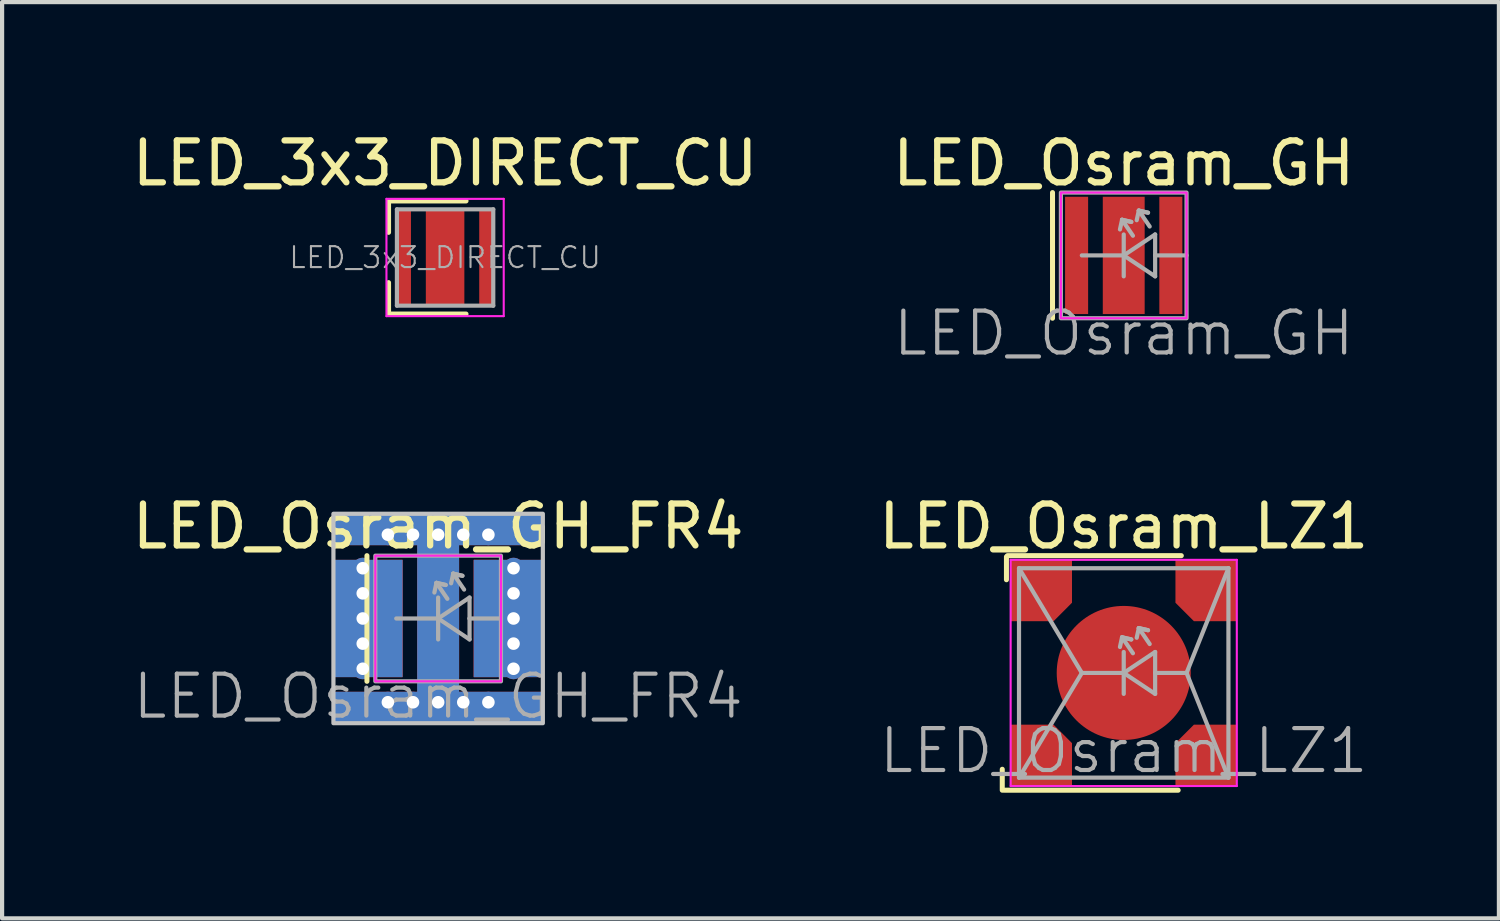
<source format=kicad_pcb>
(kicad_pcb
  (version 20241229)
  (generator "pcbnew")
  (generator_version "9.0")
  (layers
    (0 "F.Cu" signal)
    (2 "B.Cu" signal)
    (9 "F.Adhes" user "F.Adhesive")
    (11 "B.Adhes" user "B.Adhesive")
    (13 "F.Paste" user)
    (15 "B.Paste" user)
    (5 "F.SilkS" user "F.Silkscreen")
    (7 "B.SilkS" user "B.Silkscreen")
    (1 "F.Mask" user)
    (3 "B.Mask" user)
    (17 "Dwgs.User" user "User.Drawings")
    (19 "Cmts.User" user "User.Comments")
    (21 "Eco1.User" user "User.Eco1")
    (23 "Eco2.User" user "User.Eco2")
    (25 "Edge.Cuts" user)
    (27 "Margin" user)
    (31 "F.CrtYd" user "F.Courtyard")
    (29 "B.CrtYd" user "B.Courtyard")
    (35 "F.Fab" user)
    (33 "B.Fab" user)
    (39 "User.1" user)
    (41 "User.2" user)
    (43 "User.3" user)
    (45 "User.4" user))
  (footprint "LED_3x3_DIRECT_CU"
    (layer "F.Cu")
    (at 7.577 3.098)
    (property "Reference" "LED_3x3_DIRECT_CU" (at 0 -2.25 0) (layer "F.SilkS") (effects (font (size 1 1) (thickness 0.15))))
    (attr smd)
    (fp_line (start -1.35 -1.35) (end -1.35 -0.6) (stroke (width 0.12) (type solid)) (layer "F.SilkS"))
    (fp_line (start -1.35 1.35) (end -1.35 0.6) (stroke (width 0.12) (type solid)) (layer "F.SilkS"))
    (fp_line (start 0.5 -1.35) (end -1.35 -1.35) (stroke (width 0.12) (type solid)) (layer "F.SilkS"))
    (fp_line (start 0.5 1.35) (end -1.35 1.35) (stroke (width 0.12) (type solid)) (layer "F.SilkS"))
    (fp_line (start -1.4 -1.4) (end 1.4 -1.4) (stroke (width 0.05) (type solid)) (layer "F.CrtYd"))
    (fp_line (start -1.4 1.4) (end -1.4 -1.4) (stroke (width 0.05) (type solid)) (layer "F.CrtYd"))
    (fp_line (start 1.4 -1.4) (end 1.4 1.4) (stroke (width 0.05) (type solid)) (layer "F.CrtYd"))
    (fp_line (start 1.4 1.4) (end -1.4 1.4) (stroke (width 0.05) (type solid)) (layer "F.CrtYd"))
    (fp_line (start -1.15 -1.15) (end 1.15 -1.15) (stroke (width 0.1) (type solid)) (layer "F.Fab"))
    (fp_line (start -1.15 1.15) (end -1.15 -1.15) (stroke (width 0.1) (type solid)) (layer "F.Fab"))
    (fp_line (start 1.15 -1.15) (end 1.15 1.15) (stroke (width 0.1) (type solid)) (layer "F.Fab"))
    (fp_line (start 1.15 1.15) (end -1.15 1.15) (stroke (width 0.1) (type solid)) (layer "F.Fab"))
    (fp_text user "${REFERENCE}" (at 0 0 0) (layer "F.Fab") (effects (font (size 0.5 0.5) (thickness 0.05))))
    (pad "" smd rect (at 0 -0.55) (size 0.85 0.85) (layers "F.Paste"))
    (pad "" smd rect (at 0 0) (size 0.92 2.29) (property pad_prop_heatsink) (layers "Eco1.User"))
    (pad "" smd rect (at 0 0.55) (size 0.85 0.85) (layers "F.Paste"))
    (pad "1" smd rect (at -0.98 0) (size 0.33 2.29) (layers "F.Cu" "F.Mask" "F.Paste"))
    (pad "2" smd rect (at 0.98 0) (size 0.33 2.29) (layers "F.Cu" "F.Mask" "F.Paste"))
    (pad "3" smd rect (at 0 0) (size 0.92 2.29) (layers "F.Cu" "F.Mask")))
  (footprint "LED_Osram_GH"
    (layer "F.Cu")
    (at 23.78 3.048)
    (property "Reference" "LED_Osram_GH" (at 0 -2.2 0) (layer "F.SilkS") (effects (font (size 1 1) (thickness 0.15))))
    (attr smd)
    (fp_line (start -1.7 -1.5) (end -1.7 1.5) (stroke (width 0.12) (type solid)) (layer "F.SilkS"))
    (fp_rect (start -1.5 -1.5) (end 1.5 1.5) (stroke (width 0.05) (type default)) (fill no) (layer "F.CrtYd"))
    (fp_line (start -1 0) (end 0 0) (stroke (width 0.1) (type solid)) (layer "F.Fab"))
    (fp_line (start -0.04 -0.85) (end -0.09 -0.62) (stroke (width 0.1) (type default)) (layer "F.Fab"))
    (fp_line (start -0.04 -0.85) (end 0.18 -0.8) (stroke (width 0.1) (type default)) (layer "F.Fab"))
    (fp_line (start 0 -0.5) (end 0 0.5) (stroke (width 0.1) (type solid)) (layer "F.Fab"))
    (fp_line (start 0 0) (end 0.75 0.5) (stroke (width 0.1) (type solid)) (layer "F.Fab"))
    (fp_line (start 0.18 -0.8) (end -0.04 -0.85) (stroke (width 0.1) (type default)) (layer "F.Fab"))
    (fp_line (start 0.22 -0.47) (end -0.04 -0.85) (stroke (width 0.1) (type default)) (layer "F.Fab"))
    (fp_line (start 0.36 -1.07) (end 0.31 -0.84) (stroke (width 0.1) (type default)) (layer "F.Fab"))
    (fp_line (start 0.36 -1.07) (end 0.58 -1.02) (stroke (width 0.1) (type default)) (layer "F.Fab"))
    (fp_line (start 0.58 -1.02) (end 0.36 -1.07) (stroke (width 0.1) (type default)) (layer "F.Fab"))
    (fp_line (start 0.62 -0.69) (end 0.36 -1.07) (stroke (width 0.1) (type default)) (layer "F.Fab"))
    (fp_line (start 0.75 -0.5) (end 0 0) (stroke (width 0.1) (type solid)) (layer "F.Fab"))
    (fp_line (start 0.75 0) (end 0.75 -0.5) (stroke (width 0.1) (type solid)) (layer "F.Fab"))
    (fp_line (start 0.75 0.5) (end 0.75 0) (stroke (width 0.1) (type solid)) (layer "F.Fab"))
    (fp_line (start 1.5 0) (end 0.75 0) (stroke (width 0.1) (type solid)) (layer "F.Fab"))
    (fp_rect (start -1.5 -1.5) (end 1.5 1.5) (stroke (width 0.1) (type default)) (fill no) (layer "F.Fab"))
    (fp_text user "${REFERENCE}" (at 0 1.86 0) (layer "F.Fab") (effects (font (size 1 1) (thickness 0.1))))
    (pad "" smd rect (at -1.1 0) (size 0.4 2.6) (layers "F.Paste"))
    (pad "" smd rect (at 0 -0.725) (size 0.9 1.15) (layers "F.Paste"))
    (pad "" smd rect (at 0 0.725) (size 0.9 1.15) (layers "F.Paste"))
    (pad "" smd rect (at 1.1 0) (size 0.4 2.6) (layers "F.Paste"))
    (pad "1" smd rect (at -1.125 0) (size 0.55 2.8) (layers "F.Cu" "F.Mask"))
    (pad "2" smd rect (at 1.125 0) (size 0.55 2.8) (layers "F.Cu" "F.Mask"))
    (pad "3" smd rect (at 0 0) (size 1 2.8) (layers "F.Cu" "F.Mask")))
  (footprint "LED_Osram_LZ1"
    (layer "F.Cu")
    (at 23.78 13.017)
    (property "Reference" "LED_Osram_LZ1" (at 0 -3.5 0) (layer "F.SilkS") (effects (font (size 1 1) (thickness 0.15))))
    (attr smd)
    (fp_line (start -2.9 2.8) (end -2.9 2.3) (stroke (width 0.12) (type solid)) (layer "F.SilkS"))
    (fp_line (start -2.8 -2.775) (end -2.8 -2.225) (stroke (width 0.12) (type solid)) (layer "F.SilkS"))
    (fp_line (start 1.3 2.8) (end -2.85 2.8) (stroke (width 0.12) (type solid)) (layer "F.SilkS"))
    (fp_line (start 1.375 -2.8) (end -2.775 -2.8) (stroke (width 0.12) (type solid)) (layer "F.SilkS"))
    (fp_line (start -2.7 -2.7) (end -2.7 2.7) (stroke (width 0.05) (type solid)) (layer "F.CrtYd"))
    (fp_line (start -2.7 2.7) (end 2.7 2.7) (stroke (width 0.05) (type solid)) (layer "F.CrtYd"))
    (fp_line (start 2.7 -2.7) (end -2.7 -2.7) (stroke (width 0.05) (type solid)) (layer "F.CrtYd"))
    (fp_line (start 2.7 2.7) (end 2.7 -2.7) (stroke (width 0.05) (type solid)) (layer "F.CrtYd"))
    (fp_line (start -2.5 -2.5) (end 2.5 -2.5) (stroke (width 0.1) (type solid)) (layer "F.Fab"))
    (fp_line (start -2.5 2.5) (end -2.5 -2.5) (stroke (width 0.1) (type solid)) (layer "F.Fab"))
    (fp_line (start -1 0) (end -2.5 -2.5) (stroke (width 0.1) (type default)) (layer "F.Fab"))
    (fp_line (start -1 0) (end -2.5 2.5) (stroke (width 0.1) (type default)) (layer "F.Fab"))
    (fp_line (start -1 0) (end 0 0) (stroke (width 0.1) (type solid)) (layer "F.Fab"))
    (fp_line (start -0.04 -0.85) (end -0.09 -0.62) (stroke (width 0.1) (type default)) (layer "F.Fab"))
    (fp_line (start -0.04 -0.85) (end 0.18 -0.8) (stroke (width 0.1) (type default)) (layer "F.Fab"))
    (fp_line (start 0 -0.5) (end 0 0.5) (stroke (width 0.1) (type solid)) (layer "F.Fab"))
    (fp_line (start 0 0) (end 0.75 0.5) (stroke (width 0.1) (type solid)) (layer "F.Fab"))
    (fp_line (start 0.18 -0.8) (end -0.04 -0.85) (stroke (width 0.1) (type default)) (layer "F.Fab"))
    (fp_line (start 0.22 -0.47) (end -0.04 -0.85) (stroke (width 0.1) (type default)) (layer "F.Fab"))
    (fp_line (start 0.36 -1.07) (end 0.31 -0.84) (stroke (width 0.1) (type default)) (layer "F.Fab"))
    (fp_line (start 0.36 -1.07) (end 0.58 -1.02) (stroke (width 0.1) (type default)) (layer "F.Fab"))
    (fp_line (start 0.58 -1.02) (end 0.36 -1.07) (stroke (width 0.1) (type default)) (layer "F.Fab"))
    (fp_line (start 0.62 -0.69) (end 0.36 -1.07) (stroke (width 0.1) (type default)) (layer "F.Fab"))
    (fp_line (start 0.75 -0.5) (end 0 0) (stroke (width 0.1) (type solid)) (layer "F.Fab"))
    (fp_line (start 0.75 0) (end 0.75 -0.5) (stroke (width 0.1) (type solid)) (layer "F.Fab"))
    (fp_line (start 0.75 0.5) (end 0.75 0) (stroke (width 0.1) (type solid)) (layer "F.Fab"))
    (fp_line (start 1.5 0) (end 0.75 0) (stroke (width 0.1) (type solid)) (layer "F.Fab"))
    (fp_line (start 1.5 0) (end 2.5 -2.5) (stroke (width 0.1) (type default)) (layer "F.Fab"))
    (fp_line (start 1.5 0) (end 2.5 2.5) (stroke (width 0.1) (type default)) (layer "F.Fab"))
    (fp_line (start 2.5 -2.5) (end 2.5 2.5) (stroke (width 0.1) (type solid)) (layer "F.Fab"))
    (fp_line (start 2.5 2.5) (end -2.5 2.5) (stroke (width 0.1) (type solid)) (layer "F.Fab"))
    (fp_text user "${REFERENCE}" (at 0 1.86 0) (layer "F.Fab") (effects (font (size 1 1) (thickness 0.1))))
    (pad "" smd roundrect (at -1.91 -1.91) (size 1.08 1.08) (layers "F.Paste") (roundrect_rratio 0) (chamfer_ratio 0.16) (chamfer bottom_right))
    (pad "" smd roundrect (at -1.91 1.91) (size 1.08 1.08) (layers "F.Paste") (roundrect_rratio 0) (chamfer_ratio 0.16) (chamfer top_right))
    (pad "" smd roundrect (at -1.85 -1.85) (size 1.2 1.2) (layers "F.Mask") (roundrect_rratio 0) (chamfer_ratio 0.34) (chamfer bottom_right))
    (pad "" smd roundrect (at -1.85 1.85) (size 1.2 1.2) (layers "F.Mask") (roundrect_rratio 0) (chamfer_ratio 0.34) (chamfer top_right))
    (pad "" smd circle (at 0 0) (size 3.2 3.2) (layers "F.Paste"))
    (pad "" smd circle (at 0 0) (size 3.5 3.5) (layers "F.Mask"))
    (pad "" smd roundrect (at 1.85 -1.85) (size 1.2 1.2) (layers "F.Mask") (roundrect_rratio 0) (chamfer_ratio 0.34) (chamfer bottom_left))
    (pad "" smd roundrect (at 1.85 1.85) (size 1.2 1.2) (layers "F.Mask") (roundrect_rratio 0) (chamfer_ratio 0.34) (chamfer top_left))
    (pad "" smd roundrect (at 1.91 -1.91) (size 1.08 1.08) (layers "F.Paste") (roundrect_rratio 0) (chamfer_ratio 0.16) (chamfer bottom_left))
    (pad "" smd roundrect (at 1.91 1.91) (size 1.08 1.08) (layers "F.Paste") (roundrect_rratio 0) (chamfer_ratio 0.16) (chamfer top_left))
    (pad "1" smd roundrect (at -1.97 -1.97) (size 1.47 1.47) (layers "F.Cu") (roundrect_rratio 0) (chamfer_ratio 0.3) (chamfer bottom_right))
    (pad "2" smd roundrect (at 1.97 -1.97) (size 1.47 1.47) (layers "F.Cu") (roundrect_rratio 0) (chamfer_ratio 0.3) (chamfer bottom_left))
    (pad "3" smd roundrect (at 1.97 1.97) (size 1.47 1.47) (layers "F.Cu") (roundrect_rratio 0) (chamfer_ratio 0.3) (chamfer top_left))
    (pad "4" smd roundrect (at -1.97 1.97) (size 1.47 1.47) (layers "F.Cu") (roundrect_rratio 0) (chamfer_ratio 0.3) (chamfer top_right))
    (pad "5" smd circle (at 0 0) (size 3.2 3.2) (layers "F.Cu")))
  (footprint "LED_Osram_GH_FR4"
    (layer "F.Cu")
    (at 7.411 11.717)
    (property "Reference" "LED_Osram_GH_FR4" (at 0 -2.2 0) (layer "F.SilkS") (effects (font (size 1 1) (thickness 0.15))))
    (attr smd)
    (fp_line (start -1.7 -1.5) (end -1.7 1.5) (stroke (width 0.12) (type solid)) (layer "F.SilkS"))
    (fp_rect (start -2.5 -2.5) (end 2.5 2.5) (stroke (width 0.1) (type default)) (fill no) (layer "Dwgs.User"))
    (fp_rect (start -1.5 -1.5) (end 1.5 1.5) (stroke (width 0.05) (type default)) (fill no) (layer "F.CrtYd"))
    (fp_line (start -1 0) (end 0 0) (stroke (width 0.1) (type solid)) (layer "F.Fab"))
    (fp_line (start -0.04 -0.85) (end -0.09 -0.62) (stroke (width 0.1) (type default)) (layer "F.Fab"))
    (fp_line (start -0.04 -0.85) (end 0.18 -0.8) (stroke (width 0.1) (type default)) (layer "F.Fab"))
    (fp_line (start 0 -0.5) (end 0 0.5) (stroke (width 0.1) (type solid)) (layer "F.Fab"))
    (fp_line (start 0 0) (end 0.75 0.5) (stroke (width 0.1) (type solid)) (layer "F.Fab"))
    (fp_line (start 0.18 -0.8) (end -0.04 -0.85) (stroke (width 0.1) (type default)) (layer "F.Fab"))
    (fp_line (start 0.22 -0.47) (end -0.04 -0.85) (stroke (width 0.1) (type default)) (layer "F.Fab"))
    (fp_line (start 0.36 -1.07) (end 0.31 -0.84) (stroke (width 0.1) (type default)) (layer "F.Fab"))
    (fp_line (start 0.36 -1.07) (end 0.58 -1.02) (stroke (width 0.1) (type default)) (layer "F.Fab"))
    (fp_line (start 0.58 -1.02) (end 0.36 -1.07) (stroke (width 0.1) (type default)) (layer "F.Fab"))
    (fp_line (start 0.62 -0.69) (end 0.36 -1.07) (stroke (width 0.1) (type default)) (layer "F.Fab"))
    (fp_line (start 0.75 -0.5) (end 0 0) (stroke (width 0.1) (type solid)) (layer "F.Fab"))
    (fp_line (start 0.75 0) (end 0.75 -0.5) (stroke (width 0.1) (type solid)) (layer "F.Fab"))
    (fp_line (start 0.75 0.5) (end 0.75 0) (stroke (width 0.1) (type solid)) (layer "F.Fab"))
    (fp_line (start 1.5 0) (end 0.75 0) (stroke (width 0.1) (type solid)) (layer "F.Fab"))
    (fp_rect (start -1.5 -1.5) (end 1.5 1.5) (stroke (width 0.1) (type default)) (fill no) (layer "F.Fab"))
    (fp_text user "${REFERENCE}" (at 0 1.86 0) (layer "F.Fab") (effects (font (size 1 1) (thickness 0.1))))
    (pad "" smd rect (at -1.1 0) (size 0.4 2.6) (layers "F.Paste"))
    (pad "" smd rect (at 0 -0.725) (size 0.9 1.15) (layers "F.Paste"))
    (pad "" smd rect (at 0 0.725) (size 0.9 1.15) (layers "F.Paste"))
    (pad "" smd rect (at 1.1 0) (size 0.4 2.6) (layers "F.Paste"))
    (pad "1" thru_hole circle (at -1.8 -1.2) (size 0.5 0.5) (drill 0.3) (layers "*.Cu"))
    (pad "1" thru_hole circle (at -1.8 -0.6) (size 0.5 0.5) (drill 0.3) (layers "*.Cu"))
    (pad "1" thru_hole circle (at -1.8 0) (size 0.5 0.5) (drill 0.3) (layers "*.Cu"))
    (pad "1" thru_hole circle (at -1.8 0.6) (size 0.5 0.5) (drill 0.3) (layers "*.Cu"))
    (pad "1" thru_hole circle (at -1.8 1.2) (size 0.5 0.5) (drill 0.3) (layers "*.Cu"))
    (pad "1" smd rect (at -1.675 0) (size 1.65 2.8) (layers "F.Cu"))
    (pad "1" smd rect (at -1.675 0) (size 1.65 2.8) (layers "B.Cu"))
    (pad "1" smd rect (at -1.125 0) (size 0.55 2.8) (layers "F.Cu" "F.Mask"))
    (pad "2" smd rect (at 1.125 0) (size 0.55 2.8) (layers "F.Cu" "F.Mask"))
    (pad "2" smd rect (at 1.675 0) (size 1.65 2.8) (layers "F.Cu"))
    (pad "2" smd rect (at 1.675 0) (size 1.65 2.8) (layers "B.Cu"))
    (pad "2" thru_hole circle (at 1.8 -1.2) (size 0.5 0.5) (drill 0.3) (layers "*.Cu"))
    (pad "2" thru_hole circle (at 1.8 -0.6) (size 0.5 0.5) (drill 0.3) (layers "*.Cu"))
    (pad "2" thru_hole circle (at 1.8 0) (size 0.5 0.5) (drill 0.3) (layers "*.Cu"))
    (pad "2" thru_hole circle (at 1.8 0.6) (size 0.5 0.5) (drill 0.3) (layers "*.Cu"))
    (pad "2" thru_hole circle (at 1.8 1.2) (size 0.5 0.5) (drill 0.3) (layers "*.Cu"))
    (pad "3" thru_hole circle (at -1.2 -2 90) (size 0.5 0.5) (drill 0.3) (layers "*.Cu"))
    (pad "3" thru_hole circle (at -1.2 2 90) (size 0.5 0.5) (drill 0.3) (layers "*.Cu"))
    (pad "3" thru_hole circle (at -0.6 -2 90) (size 0.5 0.5) (drill 0.3) (layers "*.Cu"))
    (pad "3" thru_hole circle (at -0.6 2 90) (size 0.5 0.5) (drill 0.3) (layers "*.Cu"))
    (pad "3" smd rect (at 0 -2.125) (size 5 0.75) (layers "F.Cu"))
    (pad "3" smd rect (at 0 -2.125) (size 5 0.75) (layers "B.Cu"))
    (pad "3" thru_hole circle (at 0 -2 90) (size 0.5 0.5) (drill 0.3) (layers "*.Cu"))
    (pad "3" smd rect (at 0 0) (size 1 2.8) (layers "F.Cu" "F.Mask" "F.Paste"))
    (pad "3" smd rect (at 0 0) (size 1 5) (layers "F.Cu"))
    (pad "3" smd rect (at 0 0) (size 1 5) (layers "B.Cu"))
    (pad "3" thru_hole circle (at 0 2 90) (size 0.5 0.5) (drill 0.3) (layers "*.Cu"))
    (pad "3" smd rect (at 0 2.125) (size 5 0.75) (layers "F.Cu"))
    (pad "3" smd rect (at 0 2.125) (size 5 0.75) (layers "B.Cu"))
    (pad "3" thru_hole circle (at 0.6 -2 90) (size 0.5 0.5) (drill 0.3) (layers "*.Cu"))
    (pad "3" thru_hole circle (at 0.6 2 90) (size 0.5 0.5) (drill 0.3) (layers "*.Cu"))
    (pad "3" thru_hole circle (at 1.2 -2 90) (size 0.5 0.5) (drill 0.3) (layers "*.Cu"))
    (pad "3" thru_hole circle (at 1.2 2 90) (size 0.5 0.5) (drill 0.3) (layers "*.Cu")))
  (gr_rect
    (start -3 -3)
    (end 32.738 18.877)
    (stroke (width 0.1) (type default))
    (fill no)
    (layer "Edge.Cuts")))
</source>
